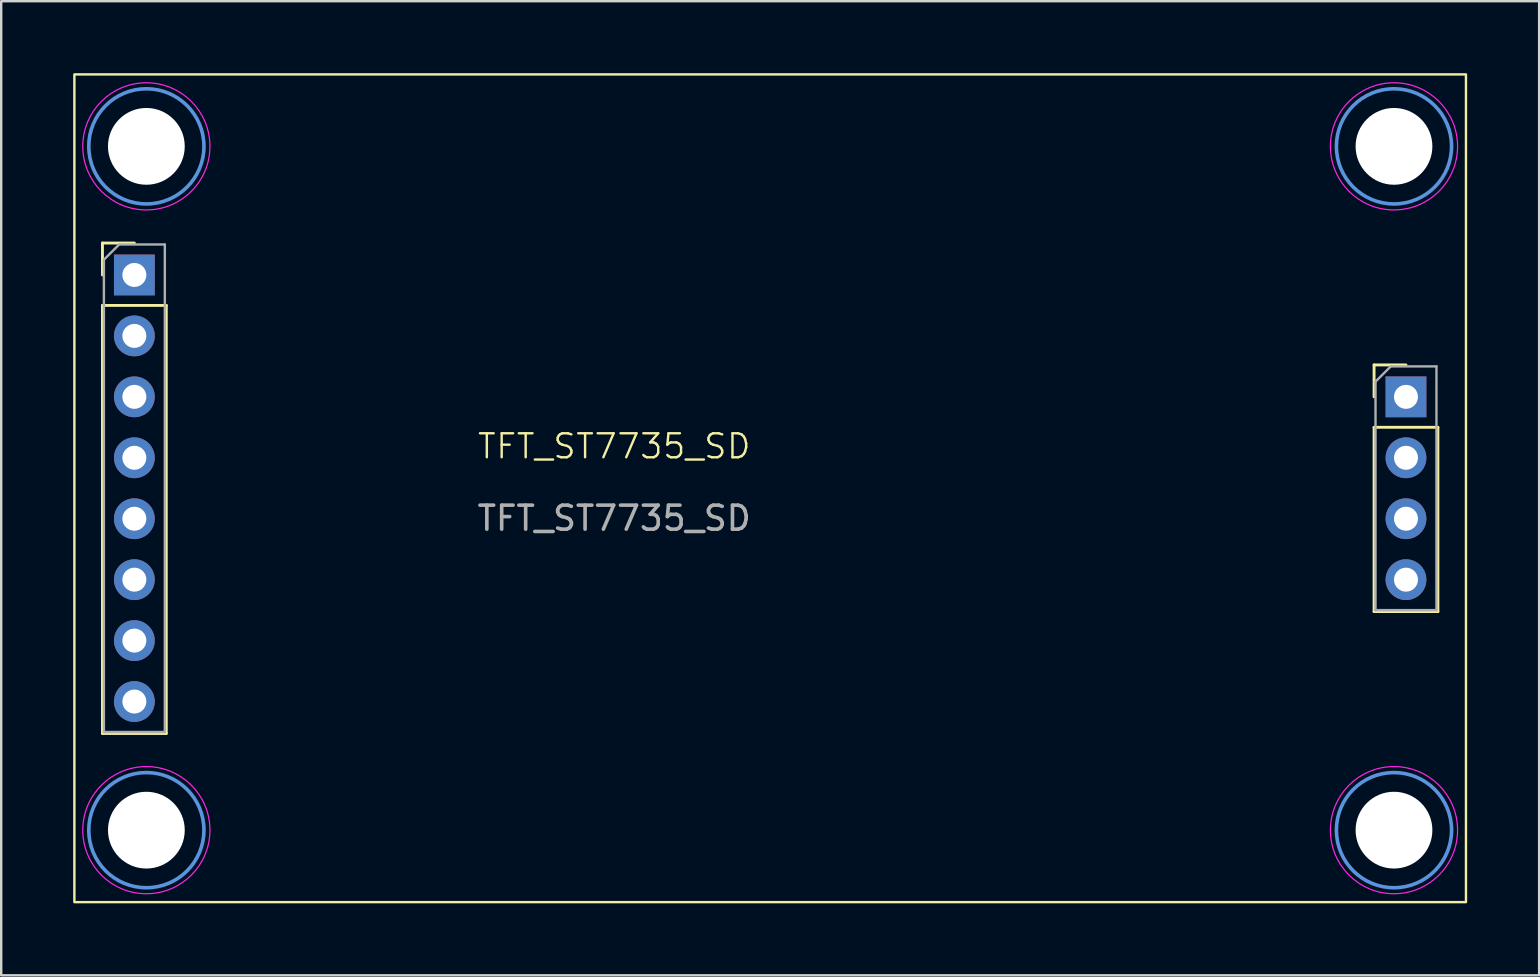
<source format=kicad_pcb>
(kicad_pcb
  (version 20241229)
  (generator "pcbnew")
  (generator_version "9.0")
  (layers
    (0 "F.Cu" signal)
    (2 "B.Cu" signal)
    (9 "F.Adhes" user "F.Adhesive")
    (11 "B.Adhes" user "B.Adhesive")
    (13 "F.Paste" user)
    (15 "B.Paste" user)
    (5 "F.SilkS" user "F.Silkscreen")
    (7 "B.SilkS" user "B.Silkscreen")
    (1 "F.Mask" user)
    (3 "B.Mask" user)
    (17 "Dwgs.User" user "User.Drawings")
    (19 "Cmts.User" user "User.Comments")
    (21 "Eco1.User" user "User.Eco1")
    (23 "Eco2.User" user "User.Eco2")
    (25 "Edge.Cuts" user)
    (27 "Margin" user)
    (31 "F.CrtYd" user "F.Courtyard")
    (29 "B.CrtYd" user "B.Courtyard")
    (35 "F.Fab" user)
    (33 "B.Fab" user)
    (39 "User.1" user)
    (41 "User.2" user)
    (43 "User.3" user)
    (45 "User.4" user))
  (footprint "TFT_ST7735_SD"
    (layer "F.Cu")
    (at 22.55 17.05)
    (property "Reference" "TFT_ST7735_SD" (at 0 -1.5 0) (unlocked yes) (layer "F.SilkS") (effects (font (size 1 1) (thickness 0.1))))
    (attr through_hole)
    (fp_line (start -21.33 -9.97) (end -20 -9.97) (stroke (width 0.12) (type solid)) (layer "F.SilkS"))
    (fp_line (start -21.33 -8.64) (end -21.33 -9.97) (stroke (width 0.12) (type solid)) (layer "F.SilkS"))
    (fp_line (start -21.33 -7.37) (end -21.33 10.47) (stroke (width 0.12) (type solid)) (layer "F.SilkS"))
    (fp_line (start -21.33 -7.37) (end -18.67 -7.37) (stroke (width 0.12) (type solid)) (layer "F.SilkS"))
    (fp_line (start -21.33 10.47) (end -18.67 10.47) (stroke (width 0.12) (type solid)) (layer "F.SilkS"))
    (fp_line (start -18.67 -7.37) (end -18.67 10.47) (stroke (width 0.12) (type solid)) (layer "F.SilkS"))
    (fp_line (start 31.67 -4.89) (end 33 -4.89) (stroke (width 0.12) (type solid)) (layer "F.SilkS"))
    (fp_line (start 31.67 -3.56) (end 31.67 -4.89) (stroke (width 0.12) (type solid)) (layer "F.SilkS"))
    (fp_line (start 31.67 -2.29) (end 31.67 5.39) (stroke (width 0.12) (type solid)) (layer "F.SilkS"))
    (fp_line (start 31.67 -2.29) (end 34.33 -2.29) (stroke (width 0.12) (type solid)) (layer "F.SilkS"))
    (fp_line (start 31.67 5.39) (end 34.33 5.39) (stroke (width 0.12) (type solid)) (layer "F.SilkS"))
    (fp_line (start 34.33 -2.29) (end 34.33 5.39) (stroke (width 0.12) (type solid)) (layer "F.SilkS"))
    (fp_rect (start -22.5 -17) (end 35.5 17.5) (stroke (width 0.1) (type default)) (fill no) (layer "F.SilkS"))
    (fp_circle (center -19.5 -14) (end -17.1 -14) (stroke (width 0.15) (type solid)) (fill no) (layer "Cmts.User"))
    (fp_circle (center -19.5 14.5) (end -17.1 14.5) (stroke (width 0.15) (type solid)) (fill no) (layer "Cmts.User"))
    (fp_circle (center 32.5 -14) (end 34.9 -14) (stroke (width 0.15) (type solid)) (fill no) (layer "Cmts.User"))
    (fp_circle (center 32.5 14.5) (end 34.9 14.5) (stroke (width 0.15) (type solid)) (fill no) (layer "Cmts.User"))
    (fp_circle (center -19.5 -14) (end -16.85 -14) (stroke (width 0.05) (type solid)) (fill no) (layer "F.CrtYd"))
    (fp_circle (center -19.5 14.5) (end -16.85 14.5) (stroke (width 0.05) (type solid)) (fill no) (layer "F.CrtYd"))
    (fp_circle (center 32.5 -14) (end 35.15 -14) (stroke (width 0.05) (type solid)) (fill no) (layer "F.CrtYd"))
    (fp_circle (center 32.5 14.5) (end 35.15 14.5) (stroke (width 0.05) (type solid)) (fill no) (layer "F.CrtYd"))
    (fp_line (start -21.27 -9.275) (end -20.635 -9.91) (stroke (width 0.1) (type solid)) (layer "F.Fab"))
    (fp_line (start -21.27 10.41) (end -21.27 -9.275) (stroke (width 0.1) (type solid)) (layer "F.Fab"))
    (fp_line (start -20.635 -9.91) (end -18.73 -9.91) (stroke (width 0.1) (type solid)) (layer "F.Fab"))
    (fp_line (start -18.73 -9.91) (end -18.73 10.41) (stroke (width 0.1) (type solid)) (layer "F.Fab"))
    (fp_line (start -18.73 10.41) (end -21.27 10.41) (stroke (width 0.1) (type solid)) (layer "F.Fab"))
    (fp_line (start 31.73 -4.195) (end 32.365 -4.83) (stroke (width 0.1) (type solid)) (layer "F.Fab"))
    (fp_line (start 31.73 5.33) (end 31.73 -4.195) (stroke (width 0.1) (type solid)) (layer "F.Fab"))
    (fp_line (start 32.365 -4.83) (end 34.27 -4.83) (stroke (width 0.1) (type solid)) (layer "F.Fab"))
    (fp_line (start 34.27 -4.83) (end 34.27 5.33) (stroke (width 0.1) (type solid)) (layer "F.Fab"))
    (fp_line (start 34.27 5.33) (end 31.73 5.33) (stroke (width 0.1) (type solid)) (layer "F.Fab"))
    (fp_text user "${REFERENCE}" (at 0 1.5 0) (unlocked yes) (layer "F.Fab") (effects (font (size 1 1) (thickness 0.15))))
    (pad "" np_thru_hole circle (at -19.5 -14) (size 3.2 3.2) (drill 3.2) (layers "*.Cu" "*.Mask"))
    (pad "" np_thru_hole circle (at -19.5 14.5) (size 3.2 3.2) (drill 3.2) (layers "*.Cu" "*.Mask"))
    (pad "" np_thru_hole circle (at 32.5 -14) (size 3.2 3.2) (drill 3.2) (layers "*.Cu" "*.Mask"))
    (pad "" np_thru_hole circle (at 32.5 14.5) (size 3.2 3.2) (drill 3.2) (layers "*.Cu" "*.Mask"))
    (pad "1" thru_hole rect (at -20 -8.64) (size 1.7 1.7) (drill 1) (layers "*.Cu" "*.Mask"))
    (pad "2" thru_hole oval (at -20 -6.1) (size 1.7 1.7) (drill 1) (layers "*.Cu" "*.Mask"))
    (pad "3" thru_hole oval (at -20 -3.56) (size 1.7 1.7) (drill 1) (layers "*.Cu" "*.Mask"))
    (pad "4" thru_hole oval (at -20 -1.02) (size 1.7 1.7) (drill 1) (layers "*.Cu" "*.Mask"))
    (pad "5" thru_hole oval (at -20 1.52) (size 1.7 1.7) (drill 1) (layers "*.Cu" "*.Mask"))
    (pad "6" thru_hole oval (at -20 4.06) (size 1.7 1.7) (drill 1) (layers "*.Cu" "*.Mask"))
    (pad "7" thru_hole oval (at -20 6.6) (size 1.7 1.7) (drill 1) (layers "*.Cu" "*.Mask"))
    (pad "8" thru_hole oval (at -20 9.14) (size 1.7 1.7) (drill 1) (layers "*.Cu" "*.Mask"))
    (pad "9" thru_hole rect (at 33 -3.56) (size 1.7 1.7) (drill 1) (layers "*.Cu" "*.Mask"))
    (pad "10" thru_hole oval (at 33 -1.02) (size 1.7 1.7) (drill 1) (layers "*.Cu" "*.Mask"))
    (pad "11" thru_hole oval (at 33 1.52) (size 1.7 1.7) (drill 1) (layers "*.Cu" "*.Mask"))
    (pad "12" thru_hole oval (at 33 4.06) (size 1.7 1.7) (drill 1) (layers "*.Cu" "*.Mask")))
  (gr_rect
    (start -3 -3)
    (end 61.1 37.6)
    (stroke (width 0.1) (type default))
    (fill no)
    (layer "Edge.Cuts")))
</source>
